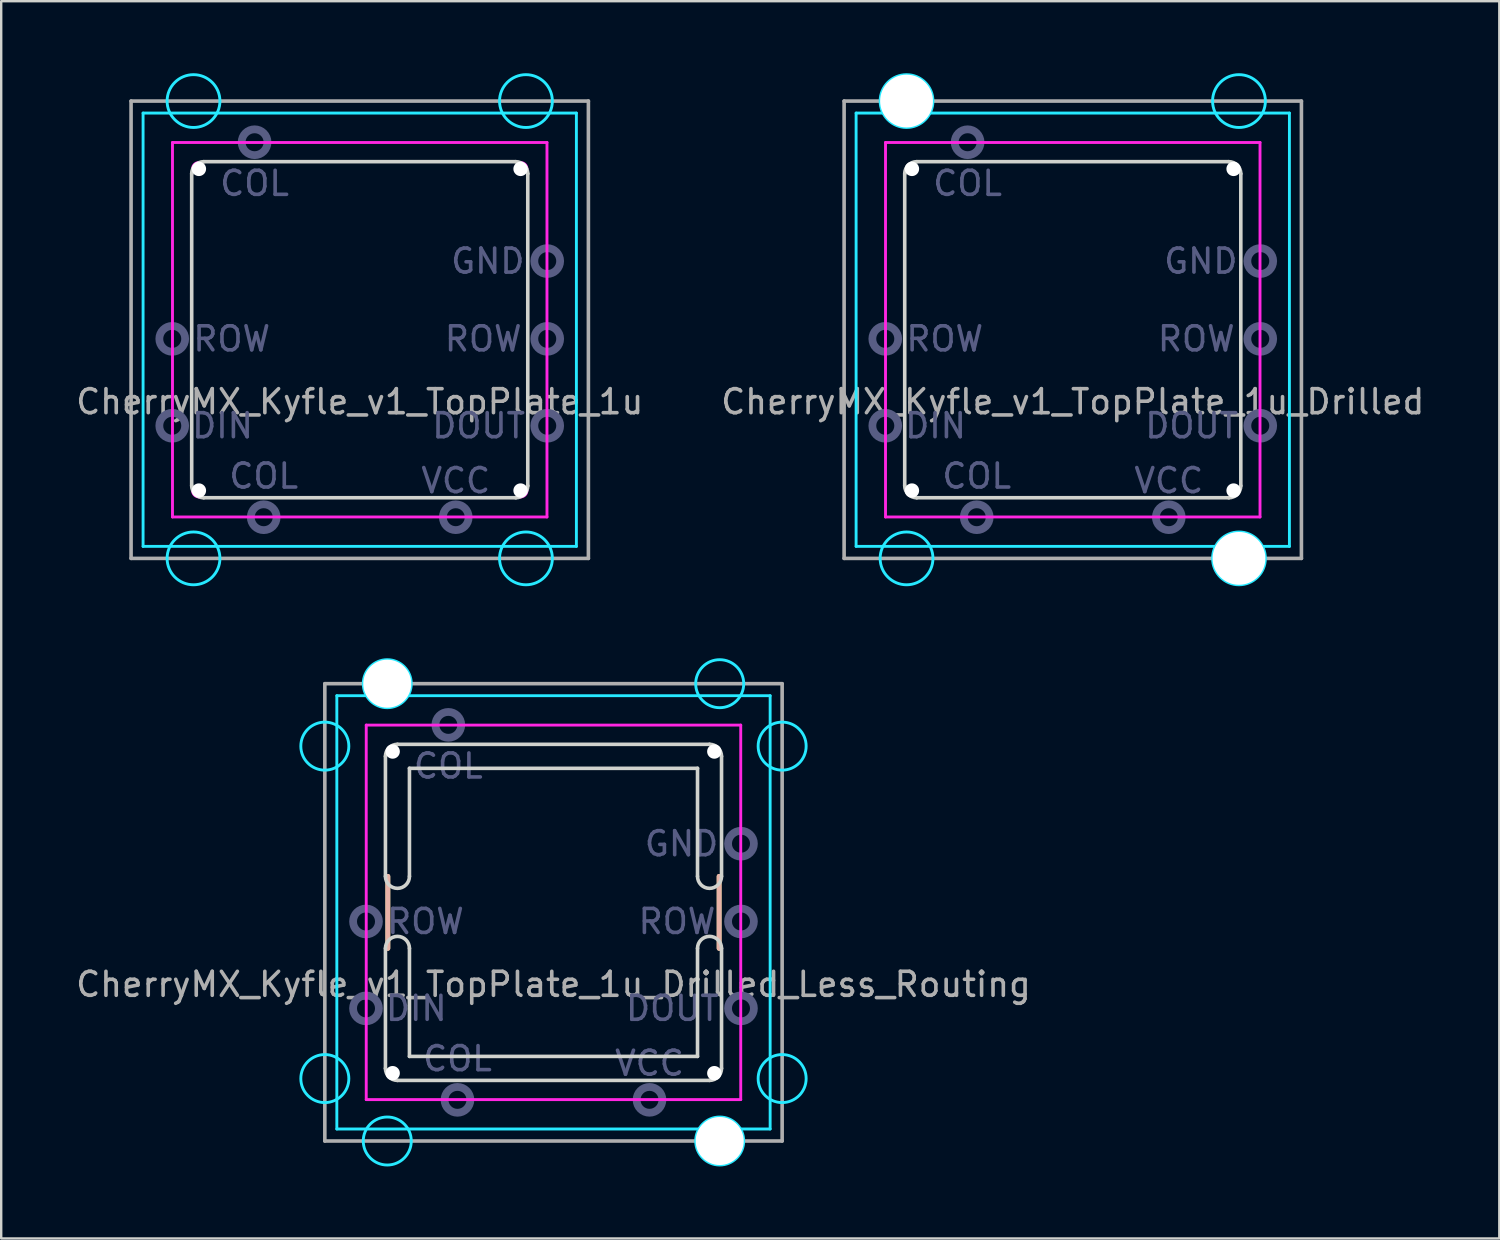
<source format=kicad_pcb>
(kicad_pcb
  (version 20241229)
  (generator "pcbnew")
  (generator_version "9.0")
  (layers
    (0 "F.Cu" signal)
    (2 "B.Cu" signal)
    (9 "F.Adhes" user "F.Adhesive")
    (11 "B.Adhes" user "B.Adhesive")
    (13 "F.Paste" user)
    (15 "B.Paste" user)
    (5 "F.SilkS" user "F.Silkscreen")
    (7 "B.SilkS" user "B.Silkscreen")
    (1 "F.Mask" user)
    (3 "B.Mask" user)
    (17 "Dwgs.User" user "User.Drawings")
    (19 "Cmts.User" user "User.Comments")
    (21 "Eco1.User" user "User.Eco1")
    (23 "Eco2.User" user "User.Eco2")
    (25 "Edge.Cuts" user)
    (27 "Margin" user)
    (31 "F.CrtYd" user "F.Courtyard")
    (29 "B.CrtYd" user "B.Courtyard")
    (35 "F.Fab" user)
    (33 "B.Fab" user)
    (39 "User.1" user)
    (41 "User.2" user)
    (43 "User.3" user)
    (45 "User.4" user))
  (footprint "CherryMX_Kyfle_v1_TopPlate_1u_Drilled"
    (layer "F.Cu")
    (at 41.637 10.685)
    (property "Reference" "CherryMX_Kyfle_v1_TopPlate_1u_Drilled" (at 0 3 0) (layer "F.Fab") (effects (font (size 1 1) (thickness 0.15))))
    (attr through_hole)
    (fp_line (start -7 -6.5) (end -7 6.5) (stroke (width 0.15) (type solid)) (layer "Edge.Cuts"))
    (fp_line (start -6.5 7) (end 6.5 7) (stroke (width 0.15) (type solid)) (layer "Edge.Cuts"))
    (fp_line (start 6.5 -7) (end -6.5 -7) (stroke (width 0.15) (type solid)) (layer "Edge.Cuts"))
    (fp_line (start 7 6.5) (end 7 -6.5) (stroke (width 0.15) (type solid)) (layer "Edge.Cuts"))
    (fp_arc (start -7 -6.5) (mid -6.853553 -6.853553) (end -6.5 -7) (stroke (width 0.15) (type solid)) (layer "Edge.Cuts"))
    (fp_arc (start -6.5 7) (mid -6.853553 6.853553) (end -7 6.5) (stroke (width 0.15) (type solid)) (layer "Edge.Cuts"))
    (fp_arc (start 6.5 -7) (mid 6.853553 -6.853553) (end 7 -6.5) (stroke (width 0.15) (type solid)) (layer "Edge.Cuts"))
    (fp_arc (start 7 6.5) (mid 6.853553 6.853553) (end 6.5 7) (stroke (width 0.15) (type solid)) (layer "Edge.Cuts"))
    (fp_line (start -9.025 -9.025) (end 9.025 -9.025) (stroke (width 0.12) (type solid)) (layer "B.CrtYd"))
    (fp_line (start -9.025 9.025) (end -9.025 -9.025) (stroke (width 0.12) (type solid)) (layer "B.CrtYd"))
    (fp_line (start 9.025 -9.025) (end 9.025 9.025) (stroke (width 0.12) (type solid)) (layer "B.CrtYd"))
    (fp_line (start 9.025 9.025) (end -9.025 9.025) (stroke (width 0.12) (type solid)) (layer "B.CrtYd"))
    (fp_circle (center -6.924 -9.525) (end -5.824 -9.525) (stroke (width 0.12) (type solid)) (fill no) (layer "B.CrtYd"))
    (fp_circle (center -6.924 9.525) (end -5.824 9.525) (stroke (width 0.12) (type solid)) (fill no) (layer "B.CrtYd"))
    (fp_circle (center 6.924 -9.525) (end 8.024 -9.525) (stroke (width 0.12) (type solid)) (fill no) (layer "B.CrtYd"))
    (fp_circle (center 6.924 9.525) (end 8.024 9.525) (stroke (width 0.12) (type solid)) (fill no) (layer "B.CrtYd"))
    (fp_line (start -7.8 -7.8) (end 7.8 -7.8) (stroke (width 0.12) (type solid)) (layer "F.CrtYd"))
    (fp_line (start -7.8 7.8) (end -7.8 -7.8) (stroke (width 0.12) (type solid)) (layer "F.CrtYd"))
    (fp_line (start 7.8 -7.8) (end 7.8 7.8) (stroke (width 0.12) (type solid)) (layer "F.CrtYd"))
    (fp_line (start 7.8 7.8) (end -7.8 7.8) (stroke (width 0.12) (type solid)) (layer "F.CrtYd"))
    (fp_circle (center -7.81 0.38) (end -7.272 0.38) (stroke (width 0.325) (type solid)) (fill no) (layer "B.Fab"))
    (fp_circle (center -7.81 4) (end -7.272 4) (stroke (width 0.325) (type solid)) (fill no) (layer "B.Fab"))
    (fp_circle (center -4.38 -7.81) (end -3.842 -7.81) (stroke (width 0.325) (type solid)) (fill no) (layer "B.Fab"))
    (fp_circle (center -4 7.81) (end -3.462 7.81) (stroke (width 0.325) (type solid)) (fill no) (layer "B.Fab"))
    (fp_circle (center 4 7.81) (end 4.537 7.81) (stroke (width 0.325) (type solid)) (fill no) (layer "B.Fab"))
    (fp_circle (center 7.81 -2.86) (end 8.348 -2.86) (stroke (width 0.325) (type solid)) (fill no) (layer "B.Fab"))
    (fp_circle (center 7.81 0.38) (end 8.348 0.38) (stroke (width 0.325) (type solid)) (fill no) (layer "B.Fab"))
    (fp_circle (center 7.81 4) (end 8.348 4) (stroke (width 0.325) (type solid)) (fill no) (layer "B.Fab"))
    (fp_line (start -9.525 -9.525) (end -9.525 9.525) (stroke (width 0.15) (type solid)) (layer "F.Fab"))
    (fp_line (start -9.525 9.525) (end 9.525 9.525) (stroke (width 0.15) (type solid)) (layer "F.Fab"))
    (fp_line (start 9.525 -9.525) (end -9.525 -9.525) (stroke (width 0.15) (type solid)) (layer "F.Fab"))
    (fp_line (start 9.525 9.525) (end 9.525 -9.525) (stroke (width 0.15) (type solid)) (layer "F.Fab"))
    (fp_text user "DIN" (at -5.715 4 0) (layer "B.Fab") (effects (font (size 1 1) (thickness 0.15))))
    (fp_text user "GND" (at 5.334 -2.857 0) (layer "B.Fab") (effects (font (size 1 1) (thickness 0.15))))
    (fp_text user "VCC" (at 4 6.287 0) (layer "B.Fab") (effects (font (size 1 1) (thickness 0.15))))
    (fp_text user "ROW" (at -5.334 0.381 0) (layer "B.Fab") (effects (font (size 1 1) (thickness 0.15))))
    (fp_text user "ROW" (at 5.144 0.381 0) (layer "B.Fab") (effects (font (size 1 1) (thickness 0.15))))
    (fp_text user "DOUT" (at 4.953 4 0) (layer "B.Fab") (effects (font (size 1 1) (thickness 0.15))))
    (fp_text user "COL" (at -4 6.096 0) (layer "B.Fab") (effects (font (size 1 1) (thickness 0.15))))
    (fp_text user "COL" (at -4.381 -6.096 0) (layer "B.Fab") (effects (font (size 1 1) (thickness 0.15))))
    (pad "" np_thru_hole circle (at -6.924 -9.525) (size 2.2 2.2) (drill 2.2) (layers "*.Cu" "*.Mask"))
    (pad "" np_thru_hole circle (at -6.7 -6.7) (size 0.6 0.6) (drill 0.6) (layers "*.Cu"))
    (pad "" np_thru_hole circle (at -6.7 6.7) (size 0.6 0.6) (drill 0.6) (layers "*.Cu"))
    (pad "" np_thru_hole circle (at 6.7 -6.7) (size 0.6 0.6) (drill 0.6) (layers "*.Cu"))
    (pad "" np_thru_hole circle (at 6.7 6.7) (size 0.6 0.6) (drill 0.6) (layers "*.Cu"))
    (pad "" np_thru_hole circle (at 6.924 9.525) (size 2.2 2.2) (drill 2.2) (layers "*.Cu" "*.Mask")))
  (footprint "CherryMX_Kyfle_v1_TopPlate_1u"
    (layer "F.Cu")
    (at 11.935 10.685)
    (property "Reference" "CherryMX_Kyfle_v1_TopPlate_1u" (at 0 3 0) (layer "F.Fab") (effects (font (size 1 1) (thickness 0.15))))
    (attr through_hole)
    (fp_line (start -7 -6.5) (end -7 6.5) (stroke (width 0.15) (type solid)) (layer "Edge.Cuts"))
    (fp_line (start -6.5 7) (end 6.5 7) (stroke (width 0.15) (type solid)) (layer "Edge.Cuts"))
    (fp_line (start 6.5 -7) (end -6.5 -7) (stroke (width 0.15) (type solid)) (layer "Edge.Cuts"))
    (fp_line (start 7 6.5) (end 7 -6.5) (stroke (width 0.15) (type solid)) (layer "Edge.Cuts"))
    (fp_arc (start -7 -6.5) (mid -6.853553 -6.853553) (end -6.5 -7) (stroke (width 0.15) (type solid)) (layer "Edge.Cuts"))
    (fp_arc (start -6.5 7) (mid -6.853553 6.853553) (end -7 6.5) (stroke (width 0.15) (type solid)) (layer "Edge.Cuts"))
    (fp_arc (start 6.5 -7) (mid 6.853553 -6.853553) (end 7 -6.5) (stroke (width 0.15) (type solid)) (layer "Edge.Cuts"))
    (fp_arc (start 7 6.5) (mid 6.853553 6.853553) (end 6.5 7) (stroke (width 0.15) (type solid)) (layer "Edge.Cuts"))
    (fp_line (start -9.025 -9.025) (end 9.025 -9.025) (stroke (width 0.12) (type solid)) (layer "B.CrtYd"))
    (fp_line (start -9.025 9.025) (end -9.025 -9.025) (stroke (width 0.12) (type solid)) (layer "B.CrtYd"))
    (fp_line (start 9.025 -9.025) (end 9.025 9.025) (stroke (width 0.12) (type solid)) (layer "B.CrtYd"))
    (fp_line (start 9.025 9.025) (end -9.025 9.025) (stroke (width 0.12) (type solid)) (layer "B.CrtYd"))
    (fp_circle (center -6.924 -9.525) (end -5.824 -9.525) (stroke (width 0.12) (type solid)) (fill no) (layer "B.CrtYd"))
    (fp_circle (center -6.924 9.525) (end -5.824 9.525) (stroke (width 0.12) (type solid)) (fill no) (layer "B.CrtYd"))
    (fp_circle (center 6.924 -9.525) (end 8.024 -9.525) (stroke (width 0.12) (type solid)) (fill no) (layer "B.CrtYd"))
    (fp_circle (center 6.924 9.525) (end 8.024 9.525) (stroke (width 0.12) (type solid)) (fill no) (layer "B.CrtYd"))
    (fp_line (start -7.8 -7.8) (end 7.8 -7.8) (stroke (width 0.12) (type solid)) (layer "F.CrtYd"))
    (fp_line (start -7.8 7.8) (end -7.8 -7.8) (stroke (width 0.12) (type solid)) (layer "F.CrtYd"))
    (fp_line (start -7 6.7) (end -7 -6.7) (stroke (width 0.05) (type solid)) (layer "F.CrtYd"))
    (fp_line (start -6.7 -7) (end 6.7 -7) (stroke (width 0.05) (type solid)) (layer "F.CrtYd"))
    (fp_line (start 6.7 7) (end -6.7 7) (stroke (width 0.05) (type solid)) (layer "F.CrtYd"))
    (fp_line (start 7 -6.7) (end 7 6.7) (stroke (width 0.05) (type solid)) (layer "F.CrtYd"))
    (fp_line (start 7.8 -7.8) (end 7.8 7.8) (stroke (width 0.12) (type solid)) (layer "F.CrtYd"))
    (fp_line (start 7.8 7.8) (end -7.8 7.8) (stroke (width 0.12) (type solid)) (layer "F.CrtYd"))
    (fp_arc (start -7 -6.7) (mid -6.912132 -6.912132) (end -6.7 -7) (stroke (width 0.05) (type solid)) (layer "F.CrtYd"))
    (fp_arc (start -6.7 7) (mid -6.912132 6.912132) (end -7 6.7) (stroke (width 0.05) (type solid)) (layer "F.CrtYd"))
    (fp_arc (start 6.7 -7) (mid 6.912132 -6.912132) (end 7 -6.7) (stroke (width 0.05) (type solid)) (layer "F.CrtYd"))
    (fp_arc (start 7 6.7) (mid 6.912132 6.912132) (end 6.7 7) (stroke (width 0.05) (type solid)) (layer "F.CrtYd"))
    (fp_circle (center -7.81 0.38) (end -7.272 0.38) (stroke (width 0.325) (type solid)) (fill no) (layer "B.Fab"))
    (fp_circle (center -7.81 4) (end -7.272 4) (stroke (width 0.325) (type solid)) (fill no) (layer "B.Fab"))
    (fp_circle (center -4.38 -7.81) (end -3.842 -7.81) (stroke (width 0.325) (type solid)) (fill no) (layer "B.Fab"))
    (fp_circle (center -4 7.81) (end -3.462 7.81) (stroke (width 0.325) (type solid)) (fill no) (layer "B.Fab"))
    (fp_circle (center 4 7.81) (end 4.537 7.81) (stroke (width 0.325) (type solid)) (fill no) (layer "B.Fab"))
    (fp_circle (center 7.81 -2.86) (end 8.348 -2.86) (stroke (width 0.325) (type solid)) (fill no) (layer "B.Fab"))
    (fp_circle (center 7.81 0.38) (end 8.348 0.38) (stroke (width 0.325) (type solid)) (fill no) (layer "B.Fab"))
    (fp_circle (center 7.81 4) (end 8.348 4) (stroke (width 0.325) (type solid)) (fill no) (layer "B.Fab"))
    (fp_line (start -9.525 -9.525) (end -9.525 9.525) (stroke (width 0.15) (type solid)) (layer "F.Fab"))
    (fp_line (start -9.525 9.525) (end 9.525 9.525) (stroke (width 0.15) (type solid)) (layer "F.Fab"))
    (fp_line (start 9.525 -9.525) (end -9.525 -9.525) (stroke (width 0.15) (type solid)) (layer "F.Fab"))
    (fp_line (start 9.525 9.525) (end 9.525 -9.525) (stroke (width 0.15) (type solid)) (layer "F.Fab"))
    (fp_text user "GND" (at 5.334 -2.857 0) (layer "B.Fab") (effects (font (size 1 1) (thickness 0.15))))
    (fp_text user "VCC" (at 4 6.287 0) (layer "B.Fab") (effects (font (size 1 1) (thickness 0.15))))
    (fp_text user "DIN" (at -5.715 4 0) (layer "B.Fab") (effects (font (size 1 1) (thickness 0.15))))
    (fp_text user "ROW" (at 5.144 0.381 0) (layer "B.Fab") (effects (font (size 1 1) (thickness 0.15))))
    (fp_text user "ROW" (at -5.334 0.381 0) (layer "B.Fab") (effects (font (size 1 1) (thickness 0.15))))
    (fp_text user "COL" (at -4 6.096 0) (layer "B.Fab") (effects (font (size 1 1) (thickness 0.15))))
    (fp_text user "COL" (at -4.381 -6.096 0) (layer "B.Fab") (effects (font (size 1 1) (thickness 0.15))))
    (fp_text user "DOUT" (at 4.953 4 0) (layer "B.Fab") (effects (font (size 1 1) (thickness 0.15))))
    (pad "" np_thru_hole circle (at -6.7 -6.7) (size 0.6 0.6) (drill 0.6) (layers "*.Cu" "*.Mask"))
    (pad "" np_thru_hole circle (at -6.7 6.7) (size 0.6 0.6) (drill 0.6) (layers "*.Cu" "*.Mask"))
    (pad "" np_thru_hole circle (at 6.7 -6.7) (size 0.6 0.6) (drill 0.6) (layers "*.Cu" "*.Mask"))
    (pad "" np_thru_hole circle (at 6.7 6.7) (size 0.6 0.6) (drill 0.6) (layers "*.Cu" "*.Mask")))
  (footprint "CherryMX_Kyfle_v1_TopPlate_1u_Drilled_Less_Routing"
    (layer "F.Cu")
    (at 20.006 34.955)
    (property "Reference" "CherryMX_Kyfle_v1_TopPlate_1u_Drilled_Less_Routing" (at 0 3 0) (layer "F.Fab") (effects (font (size 1 1) (thickness 0.15))))
    (attr through_hole)
    (fp_line (start -6.9 -1.5) (end -6.9 1.5) (stroke (width 0.2) (type solid)) (layer "F.SilkS"))
    (fp_line (start 6.9 -1.5) (end 6.9 1.5) (stroke (width 0.2) (type solid)) (layer "F.SilkS"))
    (fp_line (start -6.9 -1.5) (end -6.9 1.5) (stroke (width 0.2) (type solid)) (layer "B.SilkS"))
    (fp_line (start 6.9 -1.5) (end 6.9 1.5) (stroke (width 0.2) (type solid)) (layer "B.SilkS"))
    (fp_line (start -7 -6.5) (end -7 -1.5) (stroke (width 0.15) (type solid)) (layer "Edge.Cuts"))
    (fp_line (start -7 1.5) (end -7 6.5) (stroke (width 0.15) (type solid)) (layer "Edge.Cuts"))
    (fp_line (start -6.5 7) (end 6.5 7) (stroke (width 0.15) (type solid)) (layer "Edge.Cuts"))
    (fp_line (start -6 -6) (end -6 -1.5) (stroke (width 0.15) (type solid)) (layer "Edge.Cuts"))
    (fp_line (start -6 1.5) (end -6 6) (stroke (width 0.15) (type solid)) (layer "Edge.Cuts"))
    (fp_line (start -6 6) (end 6 6) (stroke (width 0.15) (type solid)) (layer "Edge.Cuts"))
    (fp_line (start 6 -6) (end -6 -6) (stroke (width 0.15) (type solid)) (layer "Edge.Cuts"))
    (fp_line (start 6 -1.5) (end 6 -6) (stroke (width 0.15) (type solid)) (layer "Edge.Cuts"))
    (fp_line (start 6 6) (end 6 1.5) (stroke (width 0.15) (type solid)) (layer "Edge.Cuts"))
    (fp_line (start 6.5 -7) (end -6.5 -7) (stroke (width 0.15) (type solid)) (layer "Edge.Cuts"))
    (fp_line (start 7 -1.5) (end 7 -6.5) (stroke (width 0.15) (type solid)) (layer "Edge.Cuts"))
    (fp_line (start 7 6.5) (end 7 1.5) (stroke (width 0.15) (type solid)) (layer "Edge.Cuts"))
    (fp_arc (start -7 -6.5) (mid -6.853553 -6.853553) (end -6.5 -7) (stroke (width 0.15) (type solid)) (layer "Edge.Cuts"))
    (fp_arc (start -7 1.5) (mid -6.5 1) (end -6 1.5) (stroke (width 0.15) (type solid)) (layer "Edge.Cuts"))
    (fp_arc (start -6.5 7) (mid -6.853553 6.853553) (end -7 6.5) (stroke (width 0.15) (type solid)) (layer "Edge.Cuts"))
    (fp_arc (start -6 -1.5) (mid -6.5 -1) (end -7 -1.5) (stroke (width 0.15) (type solid)) (layer "Edge.Cuts"))
    (fp_arc (start 6 1.5) (mid 6.5 1) (end 7 1.5) (stroke (width 0.15) (type solid)) (layer "Edge.Cuts"))
    (fp_arc (start 6.5 -7) (mid 6.853553 -6.853553) (end 7 -6.5) (stroke (width 0.15) (type solid)) (layer "Edge.Cuts"))
    (fp_arc (start 7 -1.5) (mid 6.5 -1) (end 6 -1.5) (stroke (width 0.15) (type solid)) (layer "Edge.Cuts"))
    (fp_arc (start 7 6.5) (mid 6.853553 6.853553) (end 6.5 7) (stroke (width 0.15) (type solid)) (layer "Edge.Cuts"))
    (fp_line (start -9.025 -9.025) (end 9.025 -9.025) (stroke (width 0.12) (type solid)) (layer "B.CrtYd"))
    (fp_line (start -9.025 9.025) (end -9.025 -9.025) (stroke (width 0.12) (type solid)) (layer "B.CrtYd"))
    (fp_line (start 9.025 -9.025) (end 9.025 9.025) (stroke (width 0.12) (type solid)) (layer "B.CrtYd"))
    (fp_line (start 9.025 9.025) (end -9.025 9.025) (stroke (width 0.12) (type solid)) (layer "B.CrtYd"))
    (fp_circle (center -9.525 -6.924) (end -9.525 -7.924) (stroke (width 0.12) (type solid)) (fill no) (layer "B.CrtYd"))
    (fp_circle (center -9.525 6.924) (end -9.525 5.924) (stroke (width 0.12) (type solid)) (fill no) (layer "B.CrtYd"))
    (fp_circle (center -6.924 -9.525) (end -5.924 -9.525) (stroke (width 0.12) (type solid)) (fill no) (layer "B.CrtYd"))
    (fp_circle (center -6.924 9.525) (end -5.924 9.525) (stroke (width 0.12) (type solid)) (fill no) (layer "B.CrtYd"))
    (fp_circle (center 6.924 -9.525) (end 7.924 -9.525) (stroke (width 0.12) (type solid)) (fill no) (layer "B.CrtYd"))
    (fp_circle (center 6.924 9.525) (end 7.924 9.525) (stroke (width 0.12) (type solid)) (fill no) (layer "B.CrtYd"))
    (fp_circle (center 9.525 -6.924) (end 9.525 -7.924) (stroke (width 0.12) (type solid)) (fill no) (layer "B.CrtYd"))
    (fp_circle (center 9.525 6.924) (end 9.525 5.924) (stroke (width 0.12) (type solid)) (fill no) (layer "B.CrtYd"))
    (fp_line (start -7.8 -7.8) (end 7.8 -7.8) (stroke (width 0.12) (type solid)) (layer "F.CrtYd"))
    (fp_line (start -7.8 7.8) (end -7.8 -7.8) (stroke (width 0.12) (type solid)) (layer "F.CrtYd"))
    (fp_line (start 7.8 -7.8) (end 7.8 7.8) (stroke (width 0.12) (type solid)) (layer "F.CrtYd"))
    (fp_line (start 7.8 7.8) (end -7.8 7.8) (stroke (width 0.12) (type solid)) (layer "F.CrtYd"))
    (fp_circle (center -7.81 0.38) (end -7.272 0.38) (stroke (width 0.325) (type solid)) (fill no) (layer "B.Fab"))
    (fp_circle (center -7.81 4) (end -7.272 4) (stroke (width 0.325) (type solid)) (fill no) (layer "B.Fab"))
    (fp_circle (center -4.38 -7.81) (end -3.842 -7.81) (stroke (width 0.325) (type solid)) (fill no) (layer "B.Fab"))
    (fp_circle (center -4 7.81) (end -3.462 7.81) (stroke (width 0.325) (type solid)) (fill no) (layer "B.Fab"))
    (fp_circle (center 4 7.81) (end 4.537 7.81) (stroke (width 0.325) (type solid)) (fill no) (layer "B.Fab"))
    (fp_circle (center 7.81 -2.86) (end 8.348 -2.86) (stroke (width 0.325) (type solid)) (fill no) (layer "B.Fab"))
    (fp_circle (center 7.81 0.38) (end 8.348 0.38) (stroke (width 0.325) (type solid)) (fill no) (layer "B.Fab"))
    (fp_circle (center 7.81 4) (end 8.348 4) (stroke (width 0.325) (type solid)) (fill no) (layer "B.Fab"))
    (fp_line (start -9.525 -9.525) (end -9.525 9.525) (stroke (width 0.15) (type solid)) (layer "F.Fab"))
    (fp_line (start -9.525 9.525) (end 9.525 9.525) (stroke (width 0.15) (type solid)) (layer "F.Fab"))
    (fp_line (start 9.525 -9.525) (end -9.525 -9.525) (stroke (width 0.15) (type solid)) (layer "F.Fab"))
    (fp_line (start 9.525 9.525) (end 9.525 -9.525) (stroke (width 0.15) (type solid)) (layer "F.Fab"))
    (fp_text user "COL" (at -4 6.096 0) (layer "B.Fab") (effects (font (size 1 1) (thickness 0.15))))
    (fp_text user "VCC" (at 4 6.287 0) (layer "B.Fab") (effects (font (size 1 1) (thickness 0.15))))
    (fp_text user "DIN" (at -5.715 4 0) (layer "B.Fab") (effects (font (size 1 1) (thickness 0.15))))
    (fp_text user "DOUT" (at 4.953 4 0) (layer "B.Fab") (effects (font (size 1 1) (thickness 0.15))))
    (fp_text user "GND" (at 5.334 -2.857 0) (layer "B.Fab") (effects (font (size 1 1) (thickness 0.15))))
    (fp_text user "ROW" (at 5.144 0.381 0) (layer "B.Fab") (effects (font (size 1 1) (thickness 0.15))))
    (fp_text user "ROW" (at -5.334 0.381 0) (layer "B.Fab") (effects (font (size 1 1) (thickness 0.15))))
    (fp_text user "COL" (at -4.381 -6.096 0) (layer "B.Fab") (effects (font (size 1 1) (thickness 0.15))))
    (pad "" np_thru_hole circle (at -6.924 -9.525) (size 2 2) (drill 2) (layers "*.Cu" "*.Mask"))
    (pad "" np_thru_hole circle (at -6.7 -6.7) (size 0.6 0.6) (drill 0.6) (layers "*.Cu"))
    (pad "" np_thru_hole circle (at -6.7 6.7) (size 0.6 0.6) (drill 0.6) (layers "*.Cu"))
    (pad "" np_thru_hole circle (at 6.7 -6.7) (size 0.6 0.6) (drill 0.6) (layers "*.Cu"))
    (pad "" np_thru_hole circle (at 6.7 6.7) (size 0.6 0.6) (drill 0.6) (layers "*.Cu"))
    (pad "" np_thru_hole circle (at 6.924 9.525) (size 2 2) (drill 2) (layers "*.Cu" "*.Mask")))
  (gr_rect
    (start -3 -3)
    (end 59.405 48.54)
    (stroke (width 0.1) (type default))
    (fill no)
    (layer "Edge.Cuts")))
</source>
